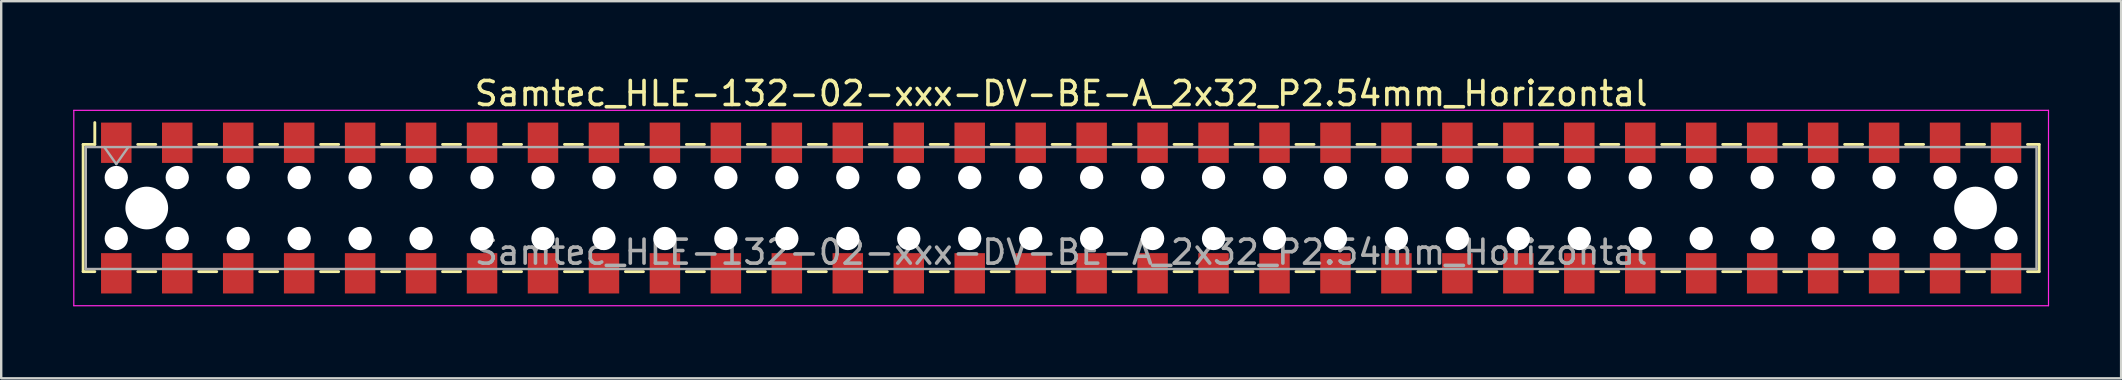
<source format=kicad_pcb>
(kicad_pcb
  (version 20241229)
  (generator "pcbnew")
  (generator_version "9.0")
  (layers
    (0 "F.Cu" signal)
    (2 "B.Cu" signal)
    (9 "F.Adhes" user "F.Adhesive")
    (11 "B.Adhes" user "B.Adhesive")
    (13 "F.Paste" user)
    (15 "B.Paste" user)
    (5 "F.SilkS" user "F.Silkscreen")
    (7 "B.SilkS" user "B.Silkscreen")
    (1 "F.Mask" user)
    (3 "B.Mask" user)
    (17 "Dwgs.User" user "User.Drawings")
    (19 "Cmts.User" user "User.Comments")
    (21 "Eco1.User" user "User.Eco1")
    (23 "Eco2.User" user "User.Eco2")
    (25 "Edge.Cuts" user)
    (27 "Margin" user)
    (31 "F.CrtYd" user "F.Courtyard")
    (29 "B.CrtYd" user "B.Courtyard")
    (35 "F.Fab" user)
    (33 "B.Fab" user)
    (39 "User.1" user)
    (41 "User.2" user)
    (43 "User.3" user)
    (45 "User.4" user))
  (footprint "Samtec_HLE-132-02-xxx-DV-BE-A_2x32_P2.54mm_Horizontal"
    (layer "F.Cu")
    (at 41.165 5.618)
    (property "Reference" "Samtec_HLE-132-02-xxx-DV-BE-A_2x32_P2.54mm_Horizontal" (at 0 -4.77 0) (layer "F.SilkS") (effects (font (size 1 1) (thickness 0.15))))
    (attr smd)
    (fp_line (start -40.75 -2.65) (end -40.75 2.65) (stroke (width 0.12) (type solid)) (layer "F.SilkS"))
    (fp_line (start -40.75 2.65) (end -40.265 2.65) (stroke (width 0.12) (type solid)) (layer "F.SilkS"))
    (fp_line (start -40.265 -3.56) (end -40.265 -2.65) (stroke (width 0.12) (type solid)) (layer "F.SilkS"))
    (fp_line (start -40.265 -2.65) (end -40.75 -2.65) (stroke (width 0.12) (type solid)) (layer "F.SilkS"))
    (fp_line (start -38.475 -2.65) (end -37.725 -2.65) (stroke (width 0.12) (type solid)) (layer "F.SilkS"))
    (fp_line (start -38.475 2.65) (end -37.725 2.65) (stroke (width 0.12) (type solid)) (layer "F.SilkS"))
    (fp_line (start -35.935 -2.65) (end -35.185 -2.65) (stroke (width 0.12) (type solid)) (layer "F.SilkS"))
    (fp_line (start -35.935 2.65) (end -35.185 2.65) (stroke (width 0.12) (type solid)) (layer "F.SilkS"))
    (fp_line (start -33.395 -2.65) (end -32.645 -2.65) (stroke (width 0.12) (type solid)) (layer "F.SilkS"))
    (fp_line (start -33.395 2.65) (end -32.645 2.65) (stroke (width 0.12) (type solid)) (layer "F.SilkS"))
    (fp_line (start -30.855 -2.65) (end -30.105 -2.65) (stroke (width 0.12) (type solid)) (layer "F.SilkS"))
    (fp_line (start -30.855 2.65) (end -30.105 2.65) (stroke (width 0.12) (type solid)) (layer "F.SilkS"))
    (fp_line (start -28.315 -2.65) (end -27.565 -2.65) (stroke (width 0.12) (type solid)) (layer "F.SilkS"))
    (fp_line (start -28.315 2.65) (end -27.565 2.65) (stroke (width 0.12) (type solid)) (layer "F.SilkS"))
    (fp_line (start -25.775 -2.65) (end -25.025 -2.65) (stroke (width 0.12) (type solid)) (layer "F.SilkS"))
    (fp_line (start -25.775 2.65) (end -25.025 2.65) (stroke (width 0.12) (type solid)) (layer "F.SilkS"))
    (fp_line (start -23.235 -2.65) (end -22.485 -2.65) (stroke (width 0.12) (type solid)) (layer "F.SilkS"))
    (fp_line (start -23.235 2.65) (end -22.485 2.65) (stroke (width 0.12) (type solid)) (layer "F.SilkS"))
    (fp_line (start -20.695 -2.65) (end -19.945 -2.65) (stroke (width 0.12) (type solid)) (layer "F.SilkS"))
    (fp_line (start -20.695 2.65) (end -19.945 2.65) (stroke (width 0.12) (type solid)) (layer "F.SilkS"))
    (fp_line (start -18.155 -2.65) (end -17.405 -2.65) (stroke (width 0.12) (type solid)) (layer "F.SilkS"))
    (fp_line (start -18.155 2.65) (end -17.405 2.65) (stroke (width 0.12) (type solid)) (layer "F.SilkS"))
    (fp_line (start -15.615 -2.65) (end -14.865 -2.65) (stroke (width 0.12) (type solid)) (layer "F.SilkS"))
    (fp_line (start -15.615 2.65) (end -14.865 2.65) (stroke (width 0.12) (type solid)) (layer "F.SilkS"))
    (fp_line (start -13.075 -2.65) (end -12.325 -2.65) (stroke (width 0.12) (type solid)) (layer "F.SilkS"))
    (fp_line (start -13.075 2.65) (end -12.325 2.65) (stroke (width 0.12) (type solid)) (layer "F.SilkS"))
    (fp_line (start -10.535 -2.65) (end -9.785 -2.65) (stroke (width 0.12) (type solid)) (layer "F.SilkS"))
    (fp_line (start -10.535 2.65) (end -9.785 2.65) (stroke (width 0.12) (type solid)) (layer "F.SilkS"))
    (fp_line (start -7.995 -2.65) (end -7.245 -2.65) (stroke (width 0.12) (type solid)) (layer "F.SilkS"))
    (fp_line (start -7.995 2.65) (end -7.245 2.65) (stroke (width 0.12) (type solid)) (layer "F.SilkS"))
    (fp_line (start -5.455 -2.65) (end -4.705 -2.65) (stroke (width 0.12) (type solid)) (layer "F.SilkS"))
    (fp_line (start -5.455 2.65) (end -4.705 2.65) (stroke (width 0.12) (type solid)) (layer "F.SilkS"))
    (fp_line (start -2.915 -2.65) (end -2.165 -2.65) (stroke (width 0.12) (type solid)) (layer "F.SilkS"))
    (fp_line (start -2.915 2.65) (end -2.165 2.65) (stroke (width 0.12) (type solid)) (layer "F.SilkS"))
    (fp_line (start -0.375 -2.65) (end 0.375 -2.65) (stroke (width 0.12) (type solid)) (layer "F.SilkS"))
    (fp_line (start -0.375 2.65) (end 0.375 2.65) (stroke (width 0.12) (type solid)) (layer "F.SilkS"))
    (fp_line (start 2.165 -2.65) (end 2.915 -2.65) (stroke (width 0.12) (type solid)) (layer "F.SilkS"))
    (fp_line (start 2.165 2.65) (end 2.915 2.65) (stroke (width 0.12) (type solid)) (layer "F.SilkS"))
    (fp_line (start 4.705 -2.65) (end 5.455 -2.65) (stroke (width 0.12) (type solid)) (layer "F.SilkS"))
    (fp_line (start 4.705 2.65) (end 5.455 2.65) (stroke (width 0.12) (type solid)) (layer "F.SilkS"))
    (fp_line (start 7.245 -2.65) (end 7.995 -2.65) (stroke (width 0.12) (type solid)) (layer "F.SilkS"))
    (fp_line (start 7.245 2.65) (end 7.995 2.65) (stroke (width 0.12) (type solid)) (layer "F.SilkS"))
    (fp_line (start 9.785 -2.65) (end 10.535 -2.65) (stroke (width 0.12) (type solid)) (layer "F.SilkS"))
    (fp_line (start 9.785 2.65) (end 10.535 2.65) (stroke (width 0.12) (type solid)) (layer "F.SilkS"))
    (fp_line (start 12.325 -2.65) (end 13.075 -2.65) (stroke (width 0.12) (type solid)) (layer "F.SilkS"))
    (fp_line (start 12.325 2.65) (end 13.075 2.65) (stroke (width 0.12) (type solid)) (layer "F.SilkS"))
    (fp_line (start 14.865 -2.65) (end 15.615 -2.65) (stroke (width 0.12) (type solid)) (layer "F.SilkS"))
    (fp_line (start 14.865 2.65) (end 15.615 2.65) (stroke (width 0.12) (type solid)) (layer "F.SilkS"))
    (fp_line (start 17.405 -2.65) (end 18.155 -2.65) (stroke (width 0.12) (type solid)) (layer "F.SilkS"))
    (fp_line (start 17.405 2.65) (end 18.155 2.65) (stroke (width 0.12) (type solid)) (layer "F.SilkS"))
    (fp_line (start 19.945 -2.65) (end 20.695 -2.65) (stroke (width 0.12) (type solid)) (layer "F.SilkS"))
    (fp_line (start 19.945 2.65) (end 20.695 2.65) (stroke (width 0.12) (type solid)) (layer "F.SilkS"))
    (fp_line (start 22.485 -2.65) (end 23.235 -2.65) (stroke (width 0.12) (type solid)) (layer "F.SilkS"))
    (fp_line (start 22.485 2.65) (end 23.235 2.65) (stroke (width 0.12) (type solid)) (layer "F.SilkS"))
    (fp_line (start 25.025 -2.65) (end 25.775 -2.65) (stroke (width 0.12) (type solid)) (layer "F.SilkS"))
    (fp_line (start 25.025 2.65) (end 25.775 2.65) (stroke (width 0.12) (type solid)) (layer "F.SilkS"))
    (fp_line (start 27.565 -2.65) (end 28.315 -2.65) (stroke (width 0.12) (type solid)) (layer "F.SilkS"))
    (fp_line (start 27.565 2.65) (end 28.315 2.65) (stroke (width 0.12) (type solid)) (layer "F.SilkS"))
    (fp_line (start 30.105 -2.65) (end 30.855 -2.65) (stroke (width 0.12) (type solid)) (layer "F.SilkS"))
    (fp_line (start 30.105 2.65) (end 30.855 2.65) (stroke (width 0.12) (type solid)) (layer "F.SilkS"))
    (fp_line (start 32.645 -2.65) (end 33.395 -2.65) (stroke (width 0.12) (type solid)) (layer "F.SilkS"))
    (fp_line (start 32.645 2.65) (end 33.395 2.65) (stroke (width 0.12) (type solid)) (layer "F.SilkS"))
    (fp_line (start 35.185 -2.65) (end 35.935 -2.65) (stroke (width 0.12) (type solid)) (layer "F.SilkS"))
    (fp_line (start 35.185 2.65) (end 35.935 2.65) (stroke (width 0.12) (type solid)) (layer "F.SilkS"))
    (fp_line (start 37.725 -2.65) (end 38.475 -2.65) (stroke (width 0.12) (type solid)) (layer "F.SilkS"))
    (fp_line (start 37.725 2.65) (end 38.475 2.65) (stroke (width 0.12) (type solid)) (layer "F.SilkS"))
    (fp_line (start 40.265 -2.65) (end 40.75 -2.65) (stroke (width 0.12) (type solid)) (layer "F.SilkS"))
    (fp_line (start 40.75 -2.65) (end 40.75 2.65) (stroke (width 0.12) (type solid)) (layer "F.SilkS"))
    (fp_line (start 40.75 2.65) (end 40.265 2.65) (stroke (width 0.12) (type solid)) (layer "F.SilkS"))
    (fp_line (start -41.14 -4.07) (end 41.14 -4.07) (stroke (width 0.05) (type solid)) (layer "F.CrtYd"))
    (fp_line (start -41.14 4.07) (end -41.14 -4.07) (stroke (width 0.05) (type solid)) (layer "F.CrtYd"))
    (fp_line (start 41.14 -4.07) (end 41.14 4.07) (stroke (width 0.05) (type solid)) (layer "F.CrtYd"))
    (fp_line (start 41.14 4.07) (end -41.14 4.07) (stroke (width 0.05) (type solid)) (layer "F.CrtYd"))
    (fp_line (start -40.64 -2.54) (end 40.64 -2.54) (stroke (width 0.1) (type solid)) (layer "F.Fab"))
    (fp_line (start -40.64 2.54) (end -40.64 -2.54) (stroke (width 0.1) (type solid)) (layer "F.Fab"))
    (fp_line (start -39.87 -2.54) (end -39.37 -1.833) (stroke (width 0.1) (type solid)) (layer "F.Fab"))
    (fp_line (start -39.37 -1.833) (end -38.87 -2.54) (stroke (width 0.1) (type solid)) (layer "F.Fab"))
    (fp_line (start 40.64 -2.54) (end 40.64 2.54) (stroke (width 0.1) (type solid)) (layer "F.Fab"))
    (fp_line (start 40.64 2.54) (end -40.64 2.54) (stroke (width 0.1) (type solid)) (layer "F.Fab"))
    (fp_text user "${REFERENCE}" (at 0 1.84 0) (layer "F.Fab") (effects (font (size 1 1) (thickness 0.15))))
    (pad "" np_thru_hole circle (at -39.37 -1.27) (size 0.97 0.97) (drill 0.97) (layers "*.Cu" "*.Mask"))
    (pad "" np_thru_hole circle (at -39.37 1.27) (size 0.97 0.97) (drill 0.97) (layers "*.Cu" "*.Mask"))
    (pad "" np_thru_hole circle (at -38.1 0) (size 1.78 1.78) (drill 1.78) (layers "*.Cu" "*.Mask"))
    (pad "" np_thru_hole circle (at -36.83 -1.27) (size 0.97 0.97) (drill 0.97) (layers "*.Cu" "*.Mask"))
    (pad "" np_thru_hole circle (at -36.83 1.27) (size 0.97 0.97) (drill 0.97) (layers "*.Cu" "*.Mask"))
    (pad "" np_thru_hole circle (at -34.29 -1.27) (size 0.97 0.97) (drill 0.97) (layers "*.Cu" "*.Mask"))
    (pad "" np_thru_hole circle (at -34.29 1.27) (size 0.97 0.97) (drill 0.97) (layers "*.Cu" "*.Mask"))
    (pad "" np_thru_hole circle (at -31.75 -1.27) (size 0.97 0.97) (drill 0.97) (layers "*.Cu" "*.Mask"))
    (pad "" np_thru_hole circle (at -31.75 1.27) (size 0.97 0.97) (drill 0.97) (layers "*.Cu" "*.Mask"))
    (pad "" np_thru_hole circle (at -29.21 -1.27) (size 0.97 0.97) (drill 0.97) (layers "*.Cu" "*.Mask"))
    (pad "" np_thru_hole circle (at -29.21 1.27) (size 0.97 0.97) (drill 0.97) (layers "*.Cu" "*.Mask"))
    (pad "" np_thru_hole circle (at -26.67 -1.27) (size 0.97 0.97) (drill 0.97) (layers "*.Cu" "*.Mask"))
    (pad "" np_thru_hole circle (at -26.67 1.27) (size 0.97 0.97) (drill 0.97) (layers "*.Cu" "*.Mask"))
    (pad "" np_thru_hole circle (at -24.13 -1.27) (size 0.97 0.97) (drill 0.97) (layers "*.Cu" "*.Mask"))
    (pad "" np_thru_hole circle (at -24.13 1.27) (size 0.97 0.97) (drill 0.97) (layers "*.Cu" "*.Mask"))
    (pad "" np_thru_hole circle (at -21.59 -1.27) (size 0.97 0.97) (drill 0.97) (layers "*.Cu" "*.Mask"))
    (pad "" np_thru_hole circle (at -21.59 1.27) (size 0.97 0.97) (drill 0.97) (layers "*.Cu" "*.Mask"))
    (pad "" np_thru_hole circle (at -19.05 -1.27) (size 0.97 0.97) (drill 0.97) (layers "*.Cu" "*.Mask"))
    (pad "" np_thru_hole circle (at -19.05 1.27) (size 0.97 0.97) (drill 0.97) (layers "*.Cu" "*.Mask"))
    (pad "" np_thru_hole circle (at -16.51 -1.27) (size 0.97 0.97) (drill 0.97) (layers "*.Cu" "*.Mask"))
    (pad "" np_thru_hole circle (at -16.51 1.27) (size 0.97 0.97) (drill 0.97) (layers "*.Cu" "*.Mask"))
    (pad "" np_thru_hole circle (at -13.97 -1.27) (size 0.97 0.97) (drill 0.97) (layers "*.Cu" "*.Mask"))
    (pad "" np_thru_hole circle (at -13.97 1.27) (size 0.97 0.97) (drill 0.97) (layers "*.Cu" "*.Mask"))
    (pad "" np_thru_hole circle (at -11.43 -1.27) (size 0.97 0.97) (drill 0.97) (layers "*.Cu" "*.Mask"))
    (pad "" np_thru_hole circle (at -11.43 1.27) (size 0.97 0.97) (drill 0.97) (layers "*.Cu" "*.Mask"))
    (pad "" np_thru_hole circle (at -8.89 -1.27) (size 0.97 0.97) (drill 0.97) (layers "*.Cu" "*.Mask"))
    (pad "" np_thru_hole circle (at -8.89 1.27) (size 0.97 0.97) (drill 0.97) (layers "*.Cu" "*.Mask"))
    (pad "" np_thru_hole circle (at -6.35 -1.27) (size 0.97 0.97) (drill 0.97) (layers "*.Cu" "*.Mask"))
    (pad "" np_thru_hole circle (at -6.35 1.27) (size 0.97 0.97) (drill 0.97) (layers "*.Cu" "*.Mask"))
    (pad "" np_thru_hole circle (at -3.81 -1.27) (size 0.97 0.97) (drill 0.97) (layers "*.Cu" "*.Mask"))
    (pad "" np_thru_hole circle (at -3.81 1.27) (size 0.97 0.97) (drill 0.97) (layers "*.Cu" "*.Mask"))
    (pad "" np_thru_hole circle (at -1.27 -1.27) (size 0.97 0.97) (drill 0.97) (layers "*.Cu" "*.Mask"))
    (pad "" np_thru_hole circle (at -1.27 1.27) (size 0.97 0.97) (drill 0.97) (layers "*.Cu" "*.Mask"))
    (pad "" np_thru_hole circle (at 1.27 -1.27) (size 0.97 0.97) (drill 0.97) (layers "*.Cu" "*.Mask"))
    (pad "" np_thru_hole circle (at 1.27 1.27) (size 0.97 0.97) (drill 0.97) (layers "*.Cu" "*.Mask"))
    (pad "" np_thru_hole circle (at 3.81 -1.27) (size 0.97 0.97) (drill 0.97) (layers "*.Cu" "*.Mask"))
    (pad "" np_thru_hole circle (at 3.81 1.27) (size 0.97 0.97) (drill 0.97) (layers "*.Cu" "*.Mask"))
    (pad "" np_thru_hole circle (at 6.35 -1.27) (size 0.97 0.97) (drill 0.97) (layers "*.Cu" "*.Mask"))
    (pad "" np_thru_hole circle (at 6.35 1.27) (size 0.97 0.97) (drill 0.97) (layers "*.Cu" "*.Mask"))
    (pad "" np_thru_hole circle (at 8.89 -1.27) (size 0.97 0.97) (drill 0.97) (layers "*.Cu" "*.Mask"))
    (pad "" np_thru_hole circle (at 8.89 1.27) (size 0.97 0.97) (drill 0.97) (layers "*.Cu" "*.Mask"))
    (pad "" np_thru_hole circle (at 11.43 -1.27) (size 0.97 0.97) (drill 0.97) (layers "*.Cu" "*.Mask"))
    (pad "" np_thru_hole circle (at 11.43 1.27) (size 0.97 0.97) (drill 0.97) (layers "*.Cu" "*.Mask"))
    (pad "" np_thru_hole circle (at 13.97 -1.27) (size 0.97 0.97) (drill 0.97) (layers "*.Cu" "*.Mask"))
    (pad "" np_thru_hole circle (at 13.97 1.27) (size 0.97 0.97) (drill 0.97) (layers "*.Cu" "*.Mask"))
    (pad "" np_thru_hole circle (at 16.51 -1.27) (size 0.97 0.97) (drill 0.97) (layers "*.Cu" "*.Mask"))
    (pad "" np_thru_hole circle (at 16.51 1.27) (size 0.97 0.97) (drill 0.97) (layers "*.Cu" "*.Mask"))
    (pad "" np_thru_hole circle (at 19.05 -1.27) (size 0.97 0.97) (drill 0.97) (layers "*.Cu" "*.Mask"))
    (pad "" np_thru_hole circle (at 19.05 1.27) (size 0.97 0.97) (drill 0.97) (layers "*.Cu" "*.Mask"))
    (pad "" np_thru_hole circle (at 21.59 -1.27) (size 0.97 0.97) (drill 0.97) (layers "*.Cu" "*.Mask"))
    (pad "" np_thru_hole circle (at 21.59 1.27) (size 0.97 0.97) (drill 0.97) (layers "*.Cu" "*.Mask"))
    (pad "" np_thru_hole circle (at 24.13 -1.27) (size 0.97 0.97) (drill 0.97) (layers "*.Cu" "*.Mask"))
    (pad "" np_thru_hole circle (at 24.13 1.27) (size 0.97 0.97) (drill 0.97) (layers "*.Cu" "*.Mask"))
    (pad "" np_thru_hole circle (at 26.67 -1.27) (size 0.97 0.97) (drill 0.97) (layers "*.Cu" "*.Mask"))
    (pad "" np_thru_hole circle (at 26.67 1.27) (size 0.97 0.97) (drill 0.97) (layers "*.Cu" "*.Mask"))
    (pad "" np_thru_hole circle (at 29.21 -1.27) (size 0.97 0.97) (drill 0.97) (layers "*.Cu" "*.Mask"))
    (pad "" np_thru_hole circle (at 29.21 1.27) (size 0.97 0.97) (drill 0.97) (layers "*.Cu" "*.Mask"))
    (pad "" np_thru_hole circle (at 31.75 -1.27) (size 0.97 0.97) (drill 0.97) (layers "*.Cu" "*.Mask"))
    (pad "" np_thru_hole circle (at 31.75 1.27) (size 0.97 0.97) (drill 0.97) (layers "*.Cu" "*.Mask"))
    (pad "" np_thru_hole circle (at 34.29 -1.27) (size 0.97 0.97) (drill 0.97) (layers "*.Cu" "*.Mask"))
    (pad "" np_thru_hole circle (at 34.29 1.27) (size 0.97 0.97) (drill 0.97) (layers "*.Cu" "*.Mask"))
    (pad "" np_thru_hole circle (at 36.83 -1.27) (size 0.97 0.97) (drill 0.97) (layers "*.Cu" "*.Mask"))
    (pad "" np_thru_hole circle (at 36.83 1.27) (size 0.97 0.97) (drill 0.97) (layers "*.Cu" "*.Mask"))
    (pad "" np_thru_hole circle (at 38.1 0) (size 1.78 1.78) (drill 1.78) (layers "*.Cu" "*.Mask"))
    (pad "" np_thru_hole circle (at 39.37 -1.27) (size 0.97 0.97) (drill 0.97) (layers "*.Cu" "*.Mask"))
    (pad "" np_thru_hole circle (at 39.37 1.27) (size 0.97 0.97) (drill 0.97) (layers "*.Cu" "*.Mask"))
    (pad "1" smd rect (at -39.37 -2.72) (size 1.27 1.68) (layers "F.Cu" "F.Mask" "F.Paste"))
    (pad "2" smd rect (at -39.37 2.72) (size 1.27 1.68) (layers "F.Cu" "F.Mask" "F.Paste"))
    (pad "3" smd rect (at -36.83 -2.72) (size 1.27 1.68) (layers "F.Cu" "F.Mask" "F.Paste"))
    (pad "4" smd rect (at -36.83 2.72) (size 1.27 1.68) (layers "F.Cu" "F.Mask" "F.Paste"))
    (pad "5" smd rect (at -34.29 -2.72) (size 1.27 1.68) (layers "F.Cu" "F.Mask" "F.Paste"))
    (pad "6" smd rect (at -34.29 2.72) (size 1.27 1.68) (layers "F.Cu" "F.Mask" "F.Paste"))
    (pad "7" smd rect (at -31.75 -2.72) (size 1.27 1.68) (layers "F.Cu" "F.Mask" "F.Paste"))
    (pad "8" smd rect (at -31.75 2.72) (size 1.27 1.68) (layers "F.Cu" "F.Mask" "F.Paste"))
    (pad "9" smd rect (at -29.21 -2.72) (size 1.27 1.68) (layers "F.Cu" "F.Mask" "F.Paste"))
    (pad "10" smd rect (at -29.21 2.72) (size 1.27 1.68) (layers "F.Cu" "F.Mask" "F.Paste"))
    (pad "11" smd rect (at -26.67 -2.72) (size 1.27 1.68) (layers "F.Cu" "F.Mask" "F.Paste"))
    (pad "12" smd rect (at -26.67 2.72) (size 1.27 1.68) (layers "F.Cu" "F.Mask" "F.Paste"))
    (pad "13" smd rect (at -24.13 -2.72) (size 1.27 1.68) (layers "F.Cu" "F.Mask" "F.Paste"))
    (pad "14" smd rect (at -24.13 2.72) (size 1.27 1.68) (layers "F.Cu" "F.Mask" "F.Paste"))
    (pad "15" smd rect (at -21.59 -2.72) (size 1.27 1.68) (layers "F.Cu" "F.Mask" "F.Paste"))
    (pad "16" smd rect (at -21.59 2.72) (size 1.27 1.68) (layers "F.Cu" "F.Mask" "F.Paste"))
    (pad "17" smd rect (at -19.05 -2.72) (size 1.27 1.68) (layers "F.Cu" "F.Mask" "F.Paste"))
    (pad "18" smd rect (at -19.05 2.72) (size 1.27 1.68) (layers "F.Cu" "F.Mask" "F.Paste"))
    (pad "19" smd rect (at -16.51 -2.72) (size 1.27 1.68) (layers "F.Cu" "F.Mask" "F.Paste"))
    (pad "20" smd rect (at -16.51 2.72) (size 1.27 1.68) (layers "F.Cu" "F.Mask" "F.Paste"))
    (pad "21" smd rect (at -13.97 -2.72) (size 1.27 1.68) (layers "F.Cu" "F.Mask" "F.Paste"))
    (pad "22" smd rect (at -13.97 2.72) (size 1.27 1.68) (layers "F.Cu" "F.Mask" "F.Paste"))
    (pad "23" smd rect (at -11.43 -2.72) (size 1.27 1.68) (layers "F.Cu" "F.Mask" "F.Paste"))
    (pad "24" smd rect (at -11.43 2.72) (size 1.27 1.68) (layers "F.Cu" "F.Mask" "F.Paste"))
    (pad "25" smd rect (at -8.89 -2.72) (size 1.27 1.68) (layers "F.Cu" "F.Mask" "F.Paste"))
    (pad "26" smd rect (at -8.89 2.72) (size 1.27 1.68) (layers "F.Cu" "F.Mask" "F.Paste"))
    (pad "27" smd rect (at -6.35 -2.72) (size 1.27 1.68) (layers "F.Cu" "F.Mask" "F.Paste"))
    (pad "28" smd rect (at -6.35 2.72) (size 1.27 1.68) (layers "F.Cu" "F.Mask" "F.Paste"))
    (pad "29" smd rect (at -3.81 -2.72) (size 1.27 1.68) (layers "F.Cu" "F.Mask" "F.Paste"))
    (pad "30" smd rect (at -3.81 2.72) (size 1.27 1.68) (layers "F.Cu" "F.Mask" "F.Paste"))
    (pad "31" smd rect (at -1.27 -2.72) (size 1.27 1.68) (layers "F.Cu" "F.Mask" "F.Paste"))
    (pad "32" smd rect (at -1.27 2.72) (size 1.27 1.68) (layers "F.Cu" "F.Mask" "F.Paste"))
    (pad "33" smd rect (at 1.27 -2.72) (size 1.27 1.68) (layers "F.Cu" "F.Mask" "F.Paste"))
    (pad "34" smd rect (at 1.27 2.72) (size 1.27 1.68) (layers "F.Cu" "F.Mask" "F.Paste"))
    (pad "35" smd rect (at 3.81 -2.72) (size 1.27 1.68) (layers "F.Cu" "F.Mask" "F.Paste"))
    (pad "36" smd rect (at 3.81 2.72) (size 1.27 1.68) (layers "F.Cu" "F.Mask" "F.Paste"))
    (pad "37" smd rect (at 6.35 -2.72) (size 1.27 1.68) (layers "F.Cu" "F.Mask" "F.Paste"))
    (pad "38" smd rect (at 6.35 2.72) (size 1.27 1.68) (layers "F.Cu" "F.Mask" "F.Paste"))
    (pad "39" smd rect (at 8.89 -2.72) (size 1.27 1.68) (layers "F.Cu" "F.Mask" "F.Paste"))
    (pad "40" smd rect (at 8.89 2.72) (size 1.27 1.68) (layers "F.Cu" "F.Mask" "F.Paste"))
    (pad "41" smd rect (at 11.43 -2.72) (size 1.27 1.68) (layers "F.Cu" "F.Mask" "F.Paste"))
    (pad "42" smd rect (at 11.43 2.72) (size 1.27 1.68) (layers "F.Cu" "F.Mask" "F.Paste"))
    (pad "43" smd rect (at 13.97 -2.72) (size 1.27 1.68) (layers "F.Cu" "F.Mask" "F.Paste"))
    (pad "44" smd rect (at 13.97 2.72) (size 1.27 1.68) (layers "F.Cu" "F.Mask" "F.Paste"))
    (pad "45" smd rect (at 16.51 -2.72) (size 1.27 1.68) (layers "F.Cu" "F.Mask" "F.Paste"))
    (pad "46" smd rect (at 16.51 2.72) (size 1.27 1.68) (layers "F.Cu" "F.Mask" "F.Paste"))
    (pad "47" smd rect (at 19.05 -2.72) (size 1.27 1.68) (layers "F.Cu" "F.Mask" "F.Paste"))
    (pad "48" smd rect (at 19.05 2.72) (size 1.27 1.68) (layers "F.Cu" "F.Mask" "F.Paste"))
    (pad "49" smd rect (at 21.59 -2.72) (size 1.27 1.68) (layers "F.Cu" "F.Mask" "F.Paste"))
    (pad "50" smd rect (at 21.59 2.72) (size 1.27 1.68) (layers "F.Cu" "F.Mask" "F.Paste"))
    (pad "51" smd rect (at 24.13 -2.72) (size 1.27 1.68) (layers "F.Cu" "F.Mask" "F.Paste"))
    (pad "52" smd rect (at 24.13 2.72) (size 1.27 1.68) (layers "F.Cu" "F.Mask" "F.Paste"))
    (pad "53" smd rect (at 26.67 -2.72) (size 1.27 1.68) (layers "F.Cu" "F.Mask" "F.Paste"))
    (pad "54" smd rect (at 26.67 2.72) (size 1.27 1.68) (layers "F.Cu" "F.Mask" "F.Paste"))
    (pad "55" smd rect (at 29.21 -2.72) (size 1.27 1.68) (layers "F.Cu" "F.Mask" "F.Paste"))
    (pad "56" smd rect (at 29.21 2.72) (size 1.27 1.68) (layers "F.Cu" "F.Mask" "F.Paste"))
    (pad "57" smd rect (at 31.75 -2.72) (size 1.27 1.68) (layers "F.Cu" "F.Mask" "F.Paste"))
    (pad "58" smd rect (at 31.75 2.72) (size 1.27 1.68) (layers "F.Cu" "F.Mask" "F.Paste"))
    (pad "59" smd rect (at 34.29 -2.72) (size 1.27 1.68) (layers "F.Cu" "F.Mask" "F.Paste"))
    (pad "60" smd rect (at 34.29 2.72) (size 1.27 1.68) (layers "F.Cu" "F.Mask" "F.Paste"))
    (pad "61" smd rect (at 36.83 -2.72) (size 1.27 1.68) (layers "F.Cu" "F.Mask" "F.Paste"))
    (pad "62" smd rect (at 36.83 2.72) (size 1.27 1.68) (layers "F.Cu" "F.Mask" "F.Paste"))
    (pad "63" smd rect (at 39.37 -2.72) (size 1.27 1.68) (layers "F.Cu" "F.Mask" "F.Paste"))
    (pad "64" smd rect (at 39.37 2.72) (size 1.27 1.68) (layers "F.Cu" "F.Mask" "F.Paste")))
  (gr_rect
    (start -3 -3)
    (end 85.33 12.713)
    (stroke (width 0.1) (type default))
    (fill no)
    (layer "Edge.Cuts")))
</source>
